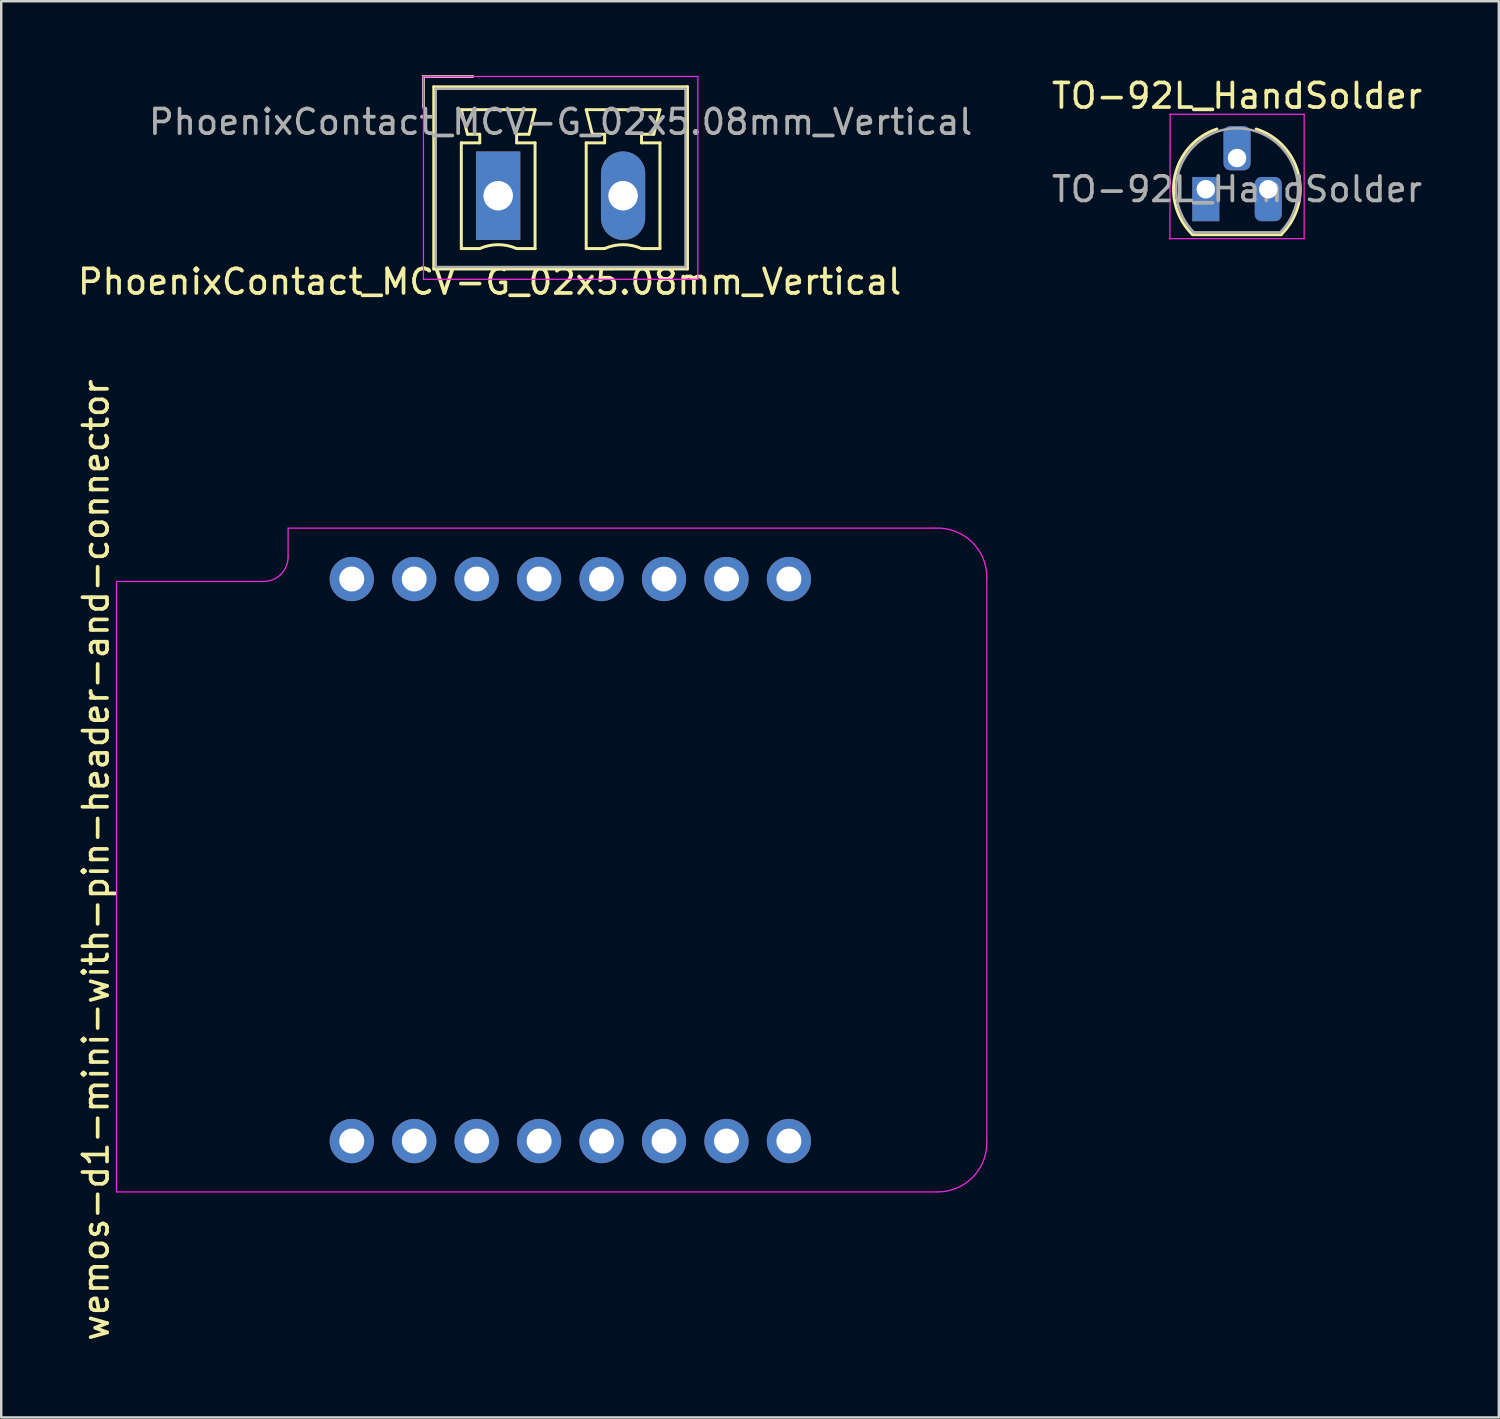
<source format=kicad_pcb>
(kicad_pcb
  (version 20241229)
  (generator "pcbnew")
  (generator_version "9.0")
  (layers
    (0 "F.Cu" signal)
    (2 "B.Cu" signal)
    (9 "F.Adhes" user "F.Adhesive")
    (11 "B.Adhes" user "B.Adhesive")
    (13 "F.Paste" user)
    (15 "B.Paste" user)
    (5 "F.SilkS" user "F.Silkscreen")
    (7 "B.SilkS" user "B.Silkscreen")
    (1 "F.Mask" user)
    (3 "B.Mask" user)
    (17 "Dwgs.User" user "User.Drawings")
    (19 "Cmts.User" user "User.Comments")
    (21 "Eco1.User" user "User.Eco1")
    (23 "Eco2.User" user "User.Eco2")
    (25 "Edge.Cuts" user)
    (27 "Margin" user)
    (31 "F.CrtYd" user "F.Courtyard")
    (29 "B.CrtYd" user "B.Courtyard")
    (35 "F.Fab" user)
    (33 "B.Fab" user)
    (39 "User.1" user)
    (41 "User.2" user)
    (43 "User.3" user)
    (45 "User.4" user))
  (footprint "PhoenixContact_MCV-G_02x5.08mm_Vertical"
    (layer "F.Cu")
    (at 17.213 4.91)
    (property "Reference" "PhoenixContact_MCV-G_02x5.08mm_Vertical" (at -0.35 3.5 0) (layer "F.SilkS") (effects (font (size 1 1) (thickness 0.15))))
    (attr through_hole)
    (fp_line (start -3.04 -4.85) (end -1.04 -4.85) (stroke (width 0.12) (type solid)) (layer "F.SilkS"))
    (fp_line (start -3.04 -3.6) (end -3.04 -4.85) (stroke (width 0.12) (type solid)) (layer "F.SilkS"))
    (fp_line (start -2.62 -4.43) (end -2.62 2.98) (stroke (width 0.12) (type solid)) (layer "F.SilkS"))
    (fp_line (start -2.62 2.98) (end 7.7 2.98) (stroke (width 0.12) (type solid)) (layer "F.SilkS"))
    (fp_line (start -1.5 -3.5) (end 1.5 -3.5) (stroke (width 0.12) (type solid)) (layer "F.SilkS"))
    (fp_line (start -1.5 -2.15) (end -0.75 -2.15) (stroke (width 0.12) (type solid)) (layer "F.SilkS"))
    (fp_line (start -1.5 2.15) (end -1.5 -2.15) (stroke (width 0.12) (type solid)) (layer "F.SilkS"))
    (fp_line (start -1.25 -2.5) (end -1.5 -3.5) (stroke (width 0.12) (type solid)) (layer "F.SilkS"))
    (fp_line (start -0.75 -2.5) (end -1.25 -2.5) (stroke (width 0.12) (type solid)) (layer "F.SilkS"))
    (fp_line (start -0.75 -2.15) (end -0.75 -2.5) (stroke (width 0.12) (type solid)) (layer "F.SilkS"))
    (fp_line (start -0.75 2.15) (end -1.5 2.15) (stroke (width 0.12) (type solid)) (layer "F.SilkS"))
    (fp_line (start 0.75 -2.5) (end 0.75 -2.15) (stroke (width 0.12) (type solid)) (layer "F.SilkS"))
    (fp_line (start 0.75 -2.15) (end 1.5 -2.15) (stroke (width 0.12) (type solid)) (layer "F.SilkS"))
    (fp_line (start 1.25 -2.5) (end 0.75 -2.5) (stroke (width 0.12) (type solid)) (layer "F.SilkS"))
    (fp_line (start 1.5 -3.5) (end 1.25 -2.5) (stroke (width 0.12) (type solid)) (layer "F.SilkS"))
    (fp_line (start 1.5 -2.15) (end 1.5 2.15) (stroke (width 0.12) (type solid)) (layer "F.SilkS"))
    (fp_line (start 1.5 2.15) (end 0.75 2.15) (stroke (width 0.12) (type solid)) (layer "F.SilkS"))
    (fp_line (start 3.58 -3.5) (end 6.58 -3.5) (stroke (width 0.12) (type solid)) (layer "F.SilkS"))
    (fp_line (start 3.58 -2.15) (end 4.33 -2.15) (stroke (width 0.12) (type solid)) (layer "F.SilkS"))
    (fp_line (start 3.58 2.15) (end 3.58 -2.15) (stroke (width 0.12) (type solid)) (layer "F.SilkS"))
    (fp_line (start 3.83 -2.5) (end 3.58 -3.5) (stroke (width 0.12) (type solid)) (layer "F.SilkS"))
    (fp_line (start 4.33 -2.5) (end 3.83 -2.5) (stroke (width 0.12) (type solid)) (layer "F.SilkS"))
    (fp_line (start 4.33 -2.15) (end 4.33 -2.5) (stroke (width 0.12) (type solid)) (layer "F.SilkS"))
    (fp_line (start 4.33 2.15) (end 3.58 2.15) (stroke (width 0.12) (type solid)) (layer "F.SilkS"))
    (fp_line (start 5.83 -2.5) (end 5.83 -2.15) (stroke (width 0.12) (type solid)) (layer "F.SilkS"))
    (fp_line (start 5.83 -2.15) (end 6.58 -2.15) (stroke (width 0.12) (type solid)) (layer "F.SilkS"))
    (fp_line (start 6.33 -2.5) (end 5.83 -2.5) (stroke (width 0.12) (type solid)) (layer "F.SilkS"))
    (fp_line (start 6.58 -3.5) (end 6.33 -2.5) (stroke (width 0.12) (type solid)) (layer "F.SilkS"))
    (fp_line (start 6.58 -2.15) (end 6.58 2.15) (stroke (width 0.12) (type solid)) (layer "F.SilkS"))
    (fp_line (start 6.58 2.15) (end 5.83 2.15) (stroke (width 0.12) (type solid)) (layer "F.SilkS"))
    (fp_line (start 7.7 -4.43) (end -2.62 -4.43) (stroke (width 0.12) (type solid)) (layer "F.SilkS"))
    (fp_line (start 7.7 2.98) (end 7.7 -4.43) (stroke (width 0.12) (type solid)) (layer "F.SilkS"))
    (fp_arc (start -0.75 2.15) (mid -0.000193 1.99191) (end 0.749647 2.149844) (stroke (width 0.12) (type solid)) (layer "F.SilkS"))
    (fp_arc (start 4.33 2.15) (mid 5.079807 1.99191) (end 5.829647 2.149844) (stroke (width 0.12) (type solid)) (layer "F.SilkS"))
    (fp_line (start -3.04 -4.85) (end -3.04 3.4) (stroke (width 0.05) (type solid)) (layer "F.CrtYd"))
    (fp_line (start -3.04 3.4) (end 8.12 3.4) (stroke (width 0.05) (type solid)) (layer "F.CrtYd"))
    (fp_line (start 8.12 -4.85) (end -3.04 -4.85) (stroke (width 0.05) (type solid)) (layer "F.CrtYd"))
    (fp_line (start 8.12 3.4) (end 8.12 -4.85) (stroke (width 0.05) (type solid)) (layer "F.CrtYd"))
    (fp_line (start -3.04 -4.85) (end -1.04 -4.85) (stroke (width 0.1) (type solid)) (layer "F.Fab"))
    (fp_line (start -3.04 -3.6) (end -3.04 -4.85) (stroke (width 0.1) (type solid)) (layer "F.Fab"))
    (fp_line (start -2.54 -4.35) (end -2.54 2.9) (stroke (width 0.1) (type solid)) (layer "F.Fab"))
    (fp_line (start -2.54 2.9) (end 7.62 2.9) (stroke (width 0.1) (type solid)) (layer "F.Fab"))
    (fp_line (start 7.62 -4.35) (end -2.54 -4.35) (stroke (width 0.1) (type solid)) (layer "F.Fab"))
    (fp_line (start 7.62 2.9) (end 7.62 -4.35) (stroke (width 0.1) (type solid)) (layer "F.Fab"))
    (fp_text user "${REFERENCE}" (at 2.54 -3 0) (layer "F.Fab") (effects (font (size 1 1) (thickness 0.15))))
    (pad "1" thru_hole rect (at 0 0) (size 1.8 3.6) (drill 1.2) (layers "*.Cu" "*.Mask"))
    (pad "2" thru_hole oval (at 5.08 0) (size 1.8 3.6) (drill 1.2) (layers "*.Cu" "*.Mask")))
  (footprint "TO-92L_HandSolder"
    (layer "F.Cu")
    (at 45.995 4.648)
    (property "Reference" "TO-92L_HandSolder" (at 1.27 -3.8 0) (layer "F.SilkS") (effects (font (size 1 1) (thickness 0.15))))
    (attr through_hole)
    (fp_line (start -0.53 1.85) (end 3.07 1.85) (stroke (width 0.12) (type solid)) (layer "F.SilkS"))
    (fp_arc (start -0.541453 1.842156) (mid -1.247298 -0.581475) (end 0.45 -2.45) (stroke (width 0.12) (type solid)) (layer "F.SilkS"))
    (fp_arc (start 2.05 -2.45) (mid 3.769931 -0.601036) (end 3.078445 1.827684) (stroke (width 0.12) (type solid)) (layer "F.SilkS"))
    (fp_line (start -1.46 -3.05) (end 4 -3.05) (stroke (width 0.05) (type solid)) (layer "F.CrtYd"))
    (fp_line (start -1.45 -3.05) (end -1.46 2.01) (stroke (width 0.05) (type solid)) (layer "F.CrtYd"))
    (fp_line (start 4 2.01) (end -1.46 2.01) (stroke (width 0.05) (type solid)) (layer "F.CrtYd"))
    (fp_line (start 4 2.01) (end 4 -3.05) (stroke (width 0.05) (type solid)) (layer "F.CrtYd"))
    (fp_line (start -0.5 1.75) (end 3 1.75) (stroke (width 0.1) (type solid)) (layer "F.Fab"))
    (fp_arc (start -0.483625 1.753625) (mid -1.021221 -0.949055) (end 1.27 -2.48) (stroke (width 0.1) (type solid)) (layer "F.Fab"))
    (fp_arc (start 1.27 -2.48) (mid 3.561221 -0.949055) (end 3.023625 1.753625) (stroke (width 0.1) (type solid)) (layer "F.Fab"))
    (fp_text user "${REFERENCE}" (at 1.27 0 0) (layer "F.Fab") (effects (font (size 1 1) (thickness 0.15))))
    (pad "1" thru_hole rect (at 0 0) (size 1.1 1.8) (drill 0.75 (offset 0 0.4)) (layers "*.Cu" "*.Mask"))
    (pad "2" thru_hole roundrect (at 1.27 -1.27) (size 1.1 1.8) (drill 0.75 (offset 0 -0.4)) (layers "*.Cu" "*.Mask") (roundrect_rratio 0.25))
    (pad "3" thru_hole roundrect (at 2.54 0) (size 1.1 1.8) (drill 0.75 (offset 0 0.4)) (layers "*.Cu" "*.Mask") (roundrect_rratio 0.25)))
  (footprint "wemos-d1-mini-with-pin-header-and-connector"
    (layer "F.Cu")
    (at 20.148 31.931)
    (property "Reference" "wemos-d1-mini-with-pin-header-and-connector" (at -19.3 0 90) (layer "F.SilkS") (effects (font (size 1 1) (thickness 0.15))))
    (attr through_hole)
    (fp_line (start -18.3 -11.18) (end -18.3 -3.32) (stroke (width 0.15) (type solid)) (layer "Eco1.User"))
    (fp_line (start -18.3 -11.18) (end -12.3 -11.18) (stroke (width 0.15) (type solid)) (layer "Eco1.User"))
    (fp_line (start -18.3 -3.32) (end -17.3 -3.32) (stroke (width 0.15) (type solid)) (layer "Eco1.User"))
    (fp_line (start -18.3 4.9) (end -18.3 13.33) (stroke (width 0.15) (type solid)) (layer "Eco1.User"))
    (fp_line (start -18.3 13.33) (end 14.78 13.33) (stroke (width 0.15) (type solid)) (layer "Eco1.User"))
    (fp_line (start -17.3 -3.32) (end -17.3 4.9) (stroke (width 0.15) (type solid)) (layer "Eco1.User"))
    (fp_line (start -17.3 4.9) (end -18.3 4.9) (stroke (width 0.15) (type solid)) (layer "Eco1.User"))
    (fp_line (start -11.3 -12.17) (end -11.3 -13.33) (stroke (width 0.15) (type solid)) (layer "Eco1.User"))
    (fp_line (start 14.78 -13.33) (end -11.3 -13.33) (stroke (width 0.15) (type solid)) (layer "Eco1.User"))
    (fp_line (start 16.78 11.33) (end 16.78 -11.33) (stroke (width 0.15) (type solid)) (layer "Eco1.User"))
    (fp_arc (start -11.3 -12.18) (mid -11.592893 -11.472893) (end -12.3 -11.18) (stroke (width 0.15) (type solid)) (layer "Eco1.User"))
    (fp_arc (start 14.78 -13.33) (mid 16.194214 -12.744214) (end 16.78 -11.33) (stroke (width 0.15) (type solid)) (layer "Eco1.User"))
    (fp_arc (start 16.78 11.33) (mid 16.194214 12.744214) (end 14.78 13.33) (stroke (width 0.15) (type solid)) (layer "Eco1.User"))
    (fp_line (start -18.46 -11.33) (end -12.48 -11.33) (stroke (width 0.05) (type solid)) (layer "F.CrtYd"))
    (fp_line (start -18.46 13.5) (end -18.46 -11.33) (stroke (width 0.05) (type solid)) (layer "F.CrtYd"))
    (fp_line (start -11.48 -13.5) (end -11.48 -12.33) (stroke (width 0.05) (type solid)) (layer "F.CrtYd"))
    (fp_line (start -11.48 -13.5) (end 14.85 -13.5) (stroke (width 0.05) (type solid)) (layer "F.CrtYd"))
    (fp_line (start 14.94 13.5) (end -18.46 13.5) (stroke (width 0.05) (type solid)) (layer "F.CrtYd"))
    (fp_line (start 16.94 -11.5) (end 16.94 11.5) (stroke (width 0.05) (type solid)) (layer "F.CrtYd"))
    (fp_arc (start -11.48 -12.33) (mid -11.772893 -11.622893) (end -12.48 -11.33) (stroke (width 0.05) (type solid)) (layer "F.CrtYd"))
    (fp_arc (start 14.85 -13.5) (mid 16.323459 -12.947115) (end 16.942024 -11.5) (stroke (width 0.05) (type solid)) (layer "F.CrtYd"))
    (fp_arc (start 16.94 11.5) (mid 16.354214 12.914214) (end 14.94 13.5) (stroke (width 0.05) (type solid)) (layer "F.CrtYd"))
    (pad "1" thru_hole circle (at -8.89 11.43) (size 1.8 1.8) (drill 1.016) (layers "*.Cu" "*.Mask"))
    (pad "2" thru_hole circle (at -6.35 11.43) (size 1.8 1.8) (drill 1.016) (layers "*.Cu" "*.Mask"))
    (pad "3" thru_hole circle (at -3.81 11.43) (size 1.8 1.8) (drill 1.016) (layers "*.Cu" "*.Mask"))
    (pad "4" thru_hole circle (at -1.27 11.43) (size 1.8 1.8) (drill 1.016) (layers "*.Cu" "*.Mask"))
    (pad "5" thru_hole circle (at 1.27 11.43) (size 1.8 1.8) (drill 1.016) (layers "*.Cu" "*.Mask"))
    (pad "6" thru_hole circle (at 3.81 11.43) (size 1.8 1.8) (drill 1.016) (layers "*.Cu" "*.Mask"))
    (pad "7" thru_hole circle (at 6.35 11.43) (size 1.8 1.8) (drill 1.016) (layers "*.Cu" "*.Mask"))
    (pad "8" thru_hole circle (at 8.89 11.43) (size 1.8 1.8) (drill 1.016) (layers "*.Cu" "*.Mask"))
    (pad "9" thru_hole circle (at 8.89 -11.43) (size 1.8 1.8) (drill 1.016) (layers "*.Cu" "*.Mask"))
    (pad "10" thru_hole circle (at 6.35 -11.43) (size 1.8 1.8) (drill 1.016) (layers "*.Cu" "*.Mask"))
    (pad "11" thru_hole circle (at 3.81 -11.43) (size 1.8 1.8) (drill 1.016) (layers "*.Cu" "*.Mask"))
    (pad "12" thru_hole circle (at 1.27 -11.43) (size 1.8 1.8) (drill 1.016) (layers "*.Cu" "*.Mask"))
    (pad "13" thru_hole circle (at -1.27 -11.43) (size 1.8 1.8) (drill 1.016) (layers "*.Cu" "*.Mask"))
    (pad "14" thru_hole circle (at -3.81 -11.43) (size 1.8 1.8) (drill 1.016) (layers "*.Cu" "*.Mask"))
    (pad "15" thru_hole circle (at -6.35 -11.43) (size 1.8 1.8) (drill 1.016) (layers "*.Cu" "*.Mask"))
    (pad "16" thru_hole circle (at -8.89 -11.43) (size 1.8 1.8) (drill 1.016) (layers "*.Cu" "*.Mask")))
  (gr_rect
    (start -3 -3)
    (end 57.914 54.603)
    (stroke (width 0.1) (type default))
    (fill no)
    (layer "Edge.Cuts")))
</source>
